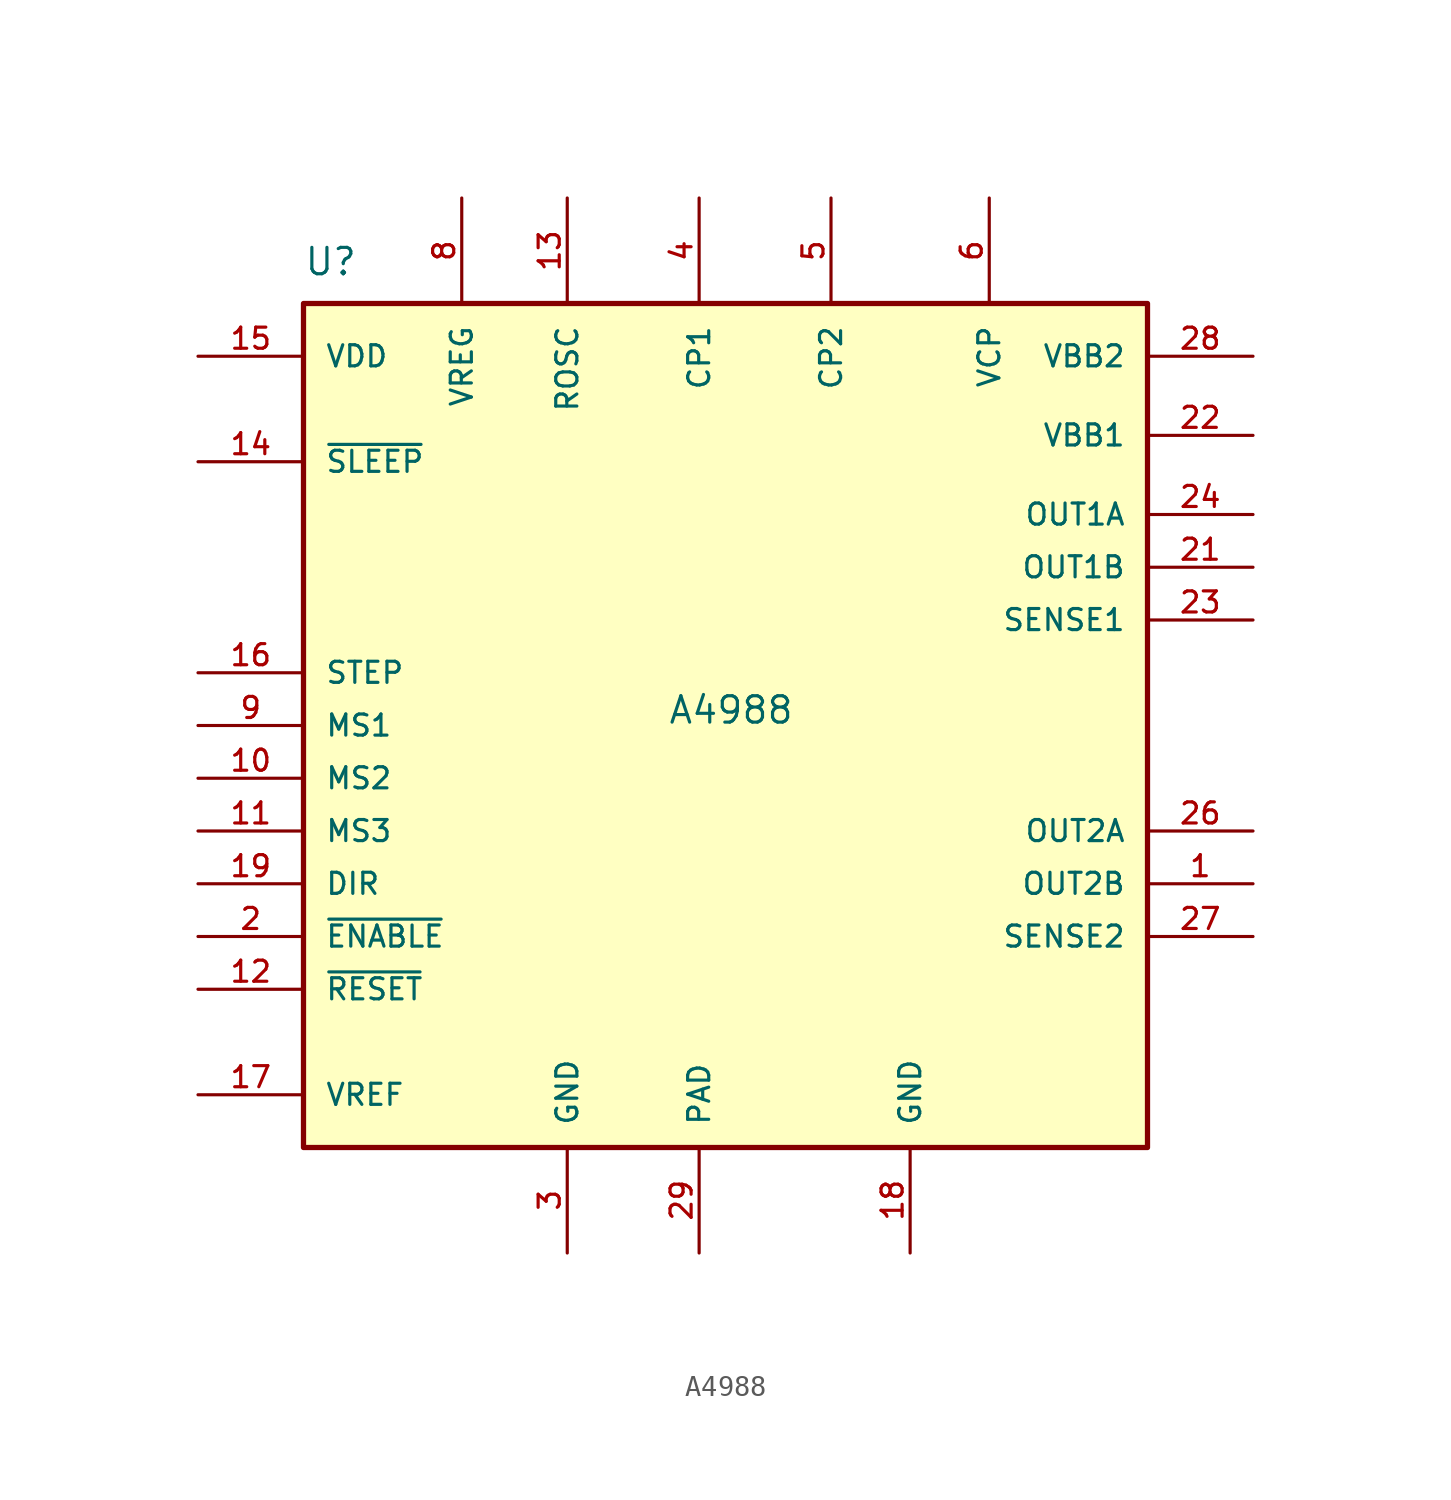
<source format=kicad_sym>
(kicad_symbol_lib
  (version 20231120)
  (generator "kicad_symbol_editor")
  (generator_version "8.0")
  (symbol "A4988"
    (pin_names
      (offset 1.016))
    (property "Reference" "U"
      (at -12.7 19.05 0)
      (effects (font (size 1.27 1.27)) (justify left bottom)))
    (property "Value" "A4988"
      (at 4.826 -2.54 0)
      (effects (font (size 1.27 1.27)) (justify left bottom)))
    (symbol "A4988_0_0"
      (rectangle (start -12.7 17.78) (end 27.94 -22.86) (stroke (width 0.254) (type default)) (fill (type background)))
      (pin input line (at -17.78 -5.08 0) (length 5.08) (name "MS2" (effects (font (size 1.016 1.016)))) (number "10" (effects (font (size 1.016 1.016)))))
      (pin input line (at -17.78 -7.62 0) (length 5.08) (name "MS3" (effects (font (size 1.016 1.016)))) (number "11" (effects (font (size 1.016 1.016)))))
      (pin input line (at -17.78 -15.24 0) (length 5.08) (name "~{RESET}" (effects (font (size 1.016 1.016)))) (number "12" (effects (font (size 1.016 1.016)))))
      (pin input line (at -17.78 10.16 0) (length 5.08) (name "~{SLEEP}" (effects (font (size 1.016 1.016)))) (number "14" (effects (font (size 1.016 1.016)))))
      (pin power_in line (at -17.78 15.24 0) (length 5.08) (name "VDD" (effects (font (size 1.016 1.016)))) (number "15" (effects (font (size 1.016 1.016)))))
      (pin input line (at -17.78 0 0) (length 5.08) (name "STEP" (effects (font (size 1.016 1.016)))) (number "16" (effects (font (size 1.016 1.016)))))
      (pin input line (at -17.78 -10.16 0) (length 5.08) (name "DIR" (effects (font (size 1.016 1.016)))) (number "19" (effects (font (size 1.016 1.016)))))
      (pin input line (at -17.78 -12.7 0) (length 5.08) (name "~{ENABLE}" (effects (font (size 1.016 1.016)))) (number "2" (effects (font (size 1.016 1.016)))))
      (pin input line (at -17.78 -2.54 0) (length 5.08) (name "MS1" (effects (font (size 1.016 1.016)))) (number "9" (effects (font (size 1.016 1.016))))))
    (symbol "A4988_1_0"
      (pin power_out line (at 33.02 -10.16 180) (length 5.08) (name "OUT2B" (effects (font (size 1.016 1.016)))) (number "1" (effects (font (size 1.016 1.016)))))
      (pin input line (at 0 22.86 270) (length 5.08) (name "ROSC" (effects (font (size 1.016 1.016)))) (number "13" (effects (font (size 1.016 1.016)))))
      (pin input line (at -17.78 -20.32 0) (length 5.08) (name "VREF" (effects (font (size 1.016 1.016)))) (number "17" (effects (font (size 1.016 1.016)))))
      (pin power_in line (at 16.51 -27.94 90) (length 5.08) (name "GND" (effects (font (size 1.016 1.016)))) (number "18" (effects (font (size 1.016 1.016)))))
      (pin no_connect line (at 26.67 -25.4 90) (length 2.54) hide (name "" (effects (font (size 1.27 1.27)))) (number "20" (effects (font (size 1.27 1.27)))))
      (pin power_out line (at 33.02 5.08 180) (length 5.08) (name "OUT1B" (effects (font (size 1.016 1.016)))) (number "21" (effects (font (size 1.016 1.016)))))
      (pin power_in line (at 33.02 11.43 180) (length 5.08) (name "VBB1" (effects (font (size 1.016 1.016)))) (number "22" (effects (font (size 1.016 1.016)))))
      (pin output line (at 33.02 2.54 180) (length 5.08) (name "SENSE1" (effects (font (size 1.016 1.016)))) (number "23" (effects (font (size 1.016 1.016)))))
      (pin power_out line (at 33.02 7.62 180) (length 5.08) (name "OUT1A" (effects (font (size 1.016 1.016)))) (number "24" (effects (font (size 1.016 1.016)))))
      (pin no_connect line (at 30.48 -19.05 180) (length 2.54) hide (name "" (effects (font (size 1.27 1.27)))) (number "25" (effects (font (size 1.27 1.27)))))
      (pin power_out line (at 33.02 -7.62 180) (length 5.08) (name "OUT2A" (effects (font (size 1.016 1.016)))) (number "26" (effects (font (size 1.016 1.016)))))
      (pin output line (at 33.02 -12.7 180) (length 5.08) (name "SENSE2" (effects (font (size 1.016 1.016)))) (number "27" (effects (font (size 1.016 1.016)))))
      (pin power_in line (at 33.02 15.24 180) (length 5.08) (name "VBB2" (effects (font (size 1.016 1.016)))) (number "28" (effects (font (size 1.016 1.016)))))
      (pin power_in line (at 6.35 -27.94 90) (length 5.08) (name "PAD" (effects (font (size 1.016 1.016)))) (number "29" (effects (font (size 1.016 1.016)))))
      (pin power_in line (at 0 -27.94 90) (length 5.08) (name "GND" (effects (font (size 1.016 1.016)))) (number "3" (effects (font (size 1.016 1.016)))))
      (pin input line (at 6.35 22.86 270) (length 5.08) (name "CP1" (effects (font (size 1.016 1.016)))) (number "4" (effects (font (size 1.016 1.016)))))
      (pin input line (at 12.7 22.86 270) (length 5.08) (name "CP2" (effects (font (size 1.016 1.016)))) (number "5" (effects (font (size 1.016 1.016)))))
      (pin output line (at 20.32 22.86 270) (length 5.08) (name "VCP" (effects (font (size 1.016 1.016)))) (number "6" (effects (font (size 1.016 1.016)))))
      (pin no_connect line (at 22.86 -25.4 90) (length 2.54) hide (name "" (effects (font (size 1.27 1.27)))) (number "7" (effects (font (size 1.27 1.27)))))
      (pin input line (at -5.08 22.86 270) (length 5.08) (name "VREG" (effects (font (size 1.016 1.016)))) (number "8" (effects (font (size 1.016 1.016))))))))
</source>
